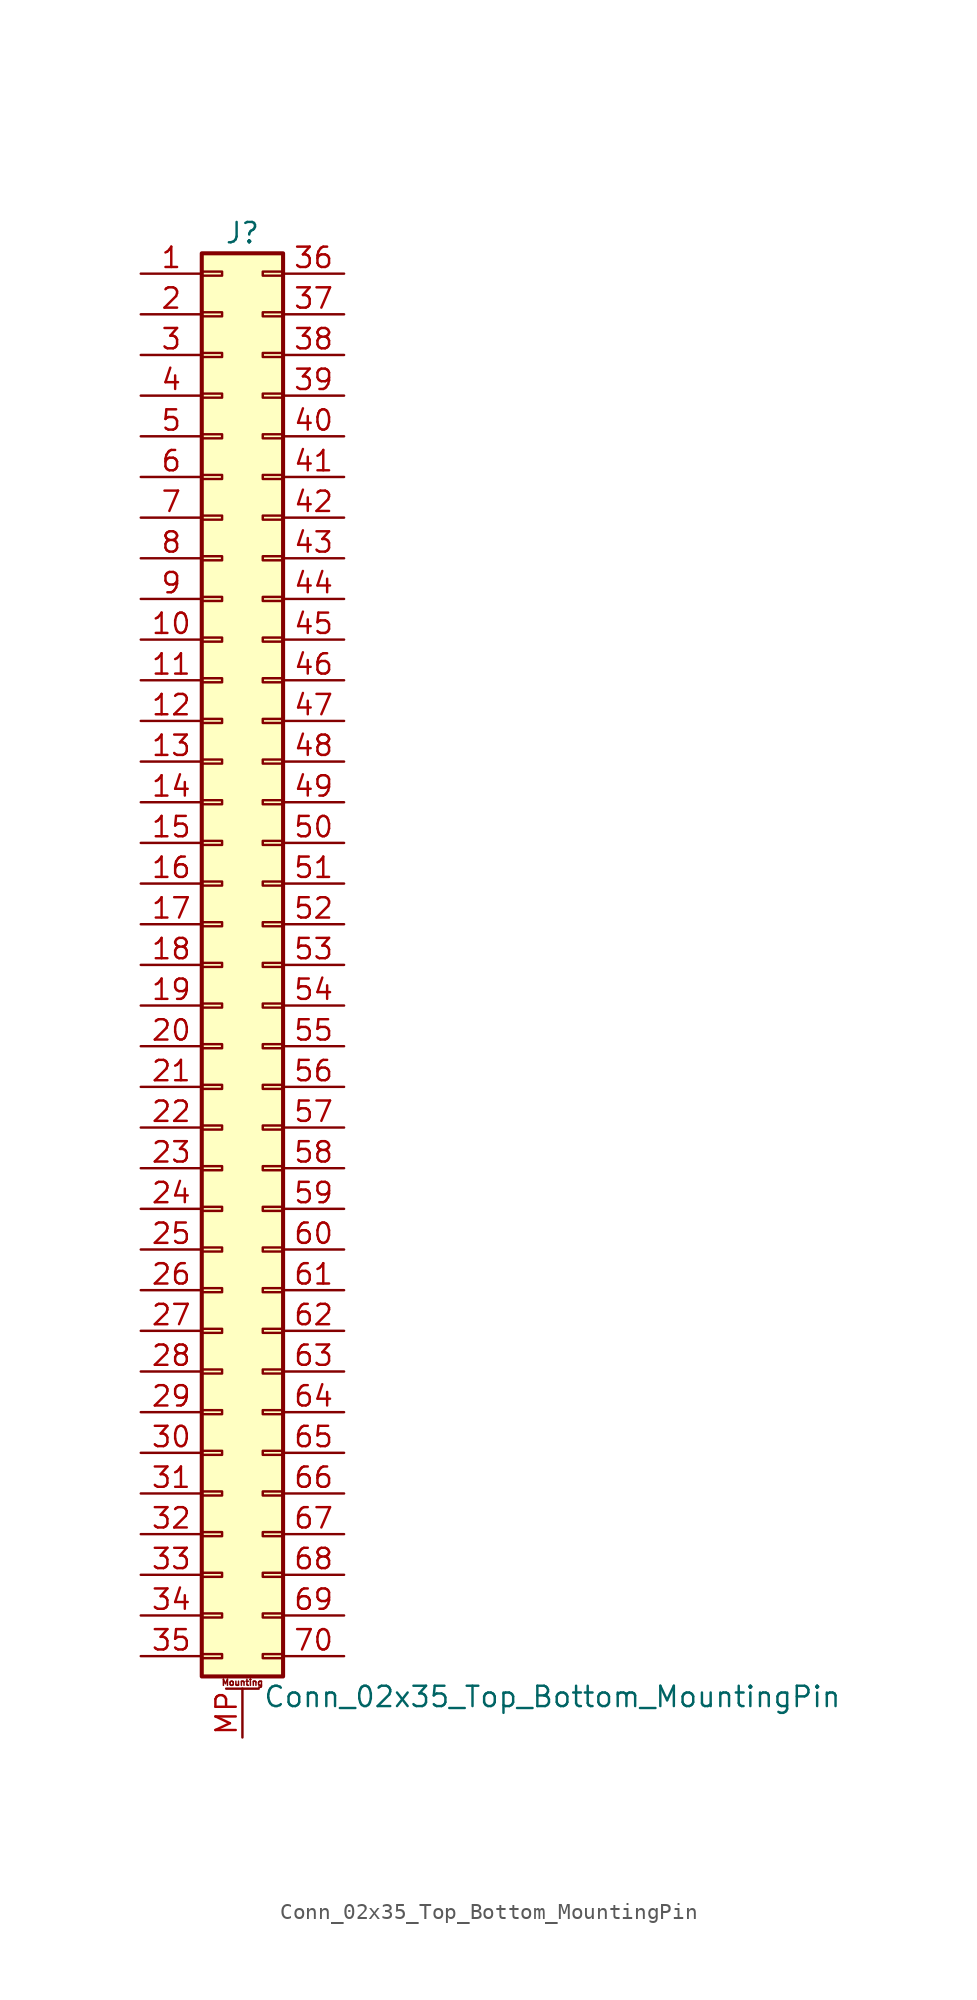
<source format=kicad_sym>
(kicad_symbol_lib
  (version 20201005)
  (generator kicad_symbol_editor)
  (symbol "Connector_Generic_MountingPin:Conn_02x35_Top_Bottom_MountingPin"
    (pin_names
      (offset 1.016) hide)
    (property "Reference" "J"
      (at 1.27 45.72 0)
      (effects (font (size 1.27 1.27))))
    (property "Value" "Conn_02x35_Top_Bottom_MountingPin"
      (at 2.54 -45.72 0)
      (effects (font (size 1.27 1.27)) (justify left)))
    (symbol "Conn_02x35_Top_Bottom_MountingPin_1_1"
      (text "Mounting" (at 1.27 -44.831 0) (effects (font (size 0.381 0.381))))
      (rectangle (start -1.27 -27.813) (end 0 -28.067) (stroke (width 0.152)) (fill (type none)))
      (rectangle (start -1.27 -30.353) (end 0 -30.607) (stroke (width 0.152)) (fill (type none)))
      (rectangle (start -1.27 -32.893) (end 0 -33.147) (stroke (width 0.152)) (fill (type none)))
      (rectangle (start -1.27 -35.433) (end 0 -35.687) (stroke (width 0.152)) (fill (type none)))
      (rectangle (start -1.27 -37.973) (end 0 -38.227) (stroke (width 0.152)) (fill (type none)))
      (rectangle (start -1.27 -40.513) (end 0 -40.767) (stroke (width 0.152)) (fill (type none)))
      (rectangle (start -1.27 -43.053) (end 0 -43.307) (stroke (width 0.152)) (fill (type none)))
      (rectangle (start -1.27 -4.953) (end 0 -5.207) (stroke (width 0.152)) (fill (type none)))
      (rectangle (start -1.27 -7.493) (end 0 -7.747) (stroke (width 0.152)) (fill (type none)))
      (rectangle (start -1.27 -10.033) (end 0 -10.287) (stroke (width 0.152)) (fill (type none)))
      (rectangle (start -1.27 -12.573) (end 0 -12.827) (stroke (width 0.152)) (fill (type none)))
      (rectangle (start -1.27 -15.113) (end 0 -15.367) (stroke (width 0.152)) (fill (type none)))
      (rectangle (start -1.27 -17.653) (end 0 -17.907) (stroke (width 0.152)) (fill (type none)))
      (rectangle (start -1.27 -20.193) (end 0 -20.447) (stroke (width 0.152)) (fill (type none)))
      (rectangle (start -1.27 -22.733) (end 0 -22.987) (stroke (width 0.152)) (fill (type none)))
      (rectangle (start -1.27 -2.413) (end 0 -2.667) (stroke (width 0.152)) (fill (type none)))
      (rectangle (start -1.27 -25.273) (end 0 -25.527) (stroke (width 0.152)) (fill (type none)))
      (rectangle (start -1.27 25.527) (end 0 25.273) (stroke (width 0.152)) (fill (type none)))
      (rectangle (start -1.27 2.667) (end 0 2.413) (stroke (width 0.152)) (fill (type none)))
      (rectangle (start -1.27 28.067) (end 0 27.813) (stroke (width 0.152)) (fill (type none)))
      (rectangle (start -1.27 30.607) (end 0 30.353) (stroke (width 0.152)) (fill (type none)))
      (rectangle (start -1.27 33.147) (end 0 32.893) (stroke (width 0.152)) (fill (type none)))
      (rectangle (start -1.27 35.687) (end 0 35.433) (stroke (width 0.152)) (fill (type none)))
      (rectangle (start -1.27 38.227) (end 0 37.973) (stroke (width 0.152)) (fill (type none)))
      (rectangle (start -1.27 40.767) (end 0 40.513) (stroke (width 0.152)) (fill (type none)))
      (rectangle (start -1.27 43.307) (end 0 43.053) (stroke (width 0.152)) (fill (type none)))
      (rectangle (start -1.27 44.45) (end 3.81 -44.45) (stroke (width 0.254)) (fill (type background)))
      (rectangle (start -1.27 5.207) (end 0 4.953) (stroke (width 0.152)) (fill (type none)))
      (rectangle (start -1.27 7.747) (end 0 7.493) (stroke (width 0.152)) (fill (type none)))
      (rectangle (start -1.27 10.287) (end 0 10.033) (stroke (width 0.152)) (fill (type none)))
      (rectangle (start -1.27 0.127) (end 0 -0.127) (stroke (width 0.152)) (fill (type none)))
      (rectangle (start -1.27 12.827) (end 0 12.573) (stroke (width 0.152)) (fill (type none)))
      (rectangle (start -1.27 15.367) (end 0 15.113) (stroke (width 0.152)) (fill (type none)))
      (rectangle (start -1.27 17.907) (end 0 17.653) (stroke (width 0.152)) (fill (type none)))
      (rectangle (start -1.27 20.447) (end 0 20.193) (stroke (width 0.152)) (fill (type none)))
      (rectangle (start -1.27 22.987) (end 0 22.733) (stroke (width 0.152)) (fill (type none)))
      (rectangle (start 3.81 -27.813) (end 2.54 -28.067) (stroke (width 0.152)) (fill (type none)))
      (rectangle (start 3.81 -30.353) (end 2.54 -30.607) (stroke (width 0.152)) (fill (type none)))
      (rectangle (start 3.81 -32.893) (end 2.54 -33.147) (stroke (width 0.152)) (fill (type none)))
      (rectangle (start 3.81 -35.433) (end 2.54 -35.687) (stroke (width 0.152)) (fill (type none)))
      (rectangle (start 3.81 -37.973) (end 2.54 -38.227) (stroke (width 0.152)) (fill (type none)))
      (rectangle (start 3.81 -40.513) (end 2.54 -40.767) (stroke (width 0.152)) (fill (type none)))
      (rectangle (start 3.81 -43.053) (end 2.54 -43.307) (stroke (width 0.152)) (fill (type none)))
      (rectangle (start 3.81 -4.953) (end 2.54 -5.207) (stroke (width 0.152)) (fill (type none)))
      (rectangle (start 3.81 -7.493) (end 2.54 -7.747) (stroke (width 0.152)) (fill (type none)))
      (rectangle (start 3.81 -10.033) (end 2.54 -10.287) (stroke (width 0.152)) (fill (type none)))
      (rectangle (start 3.81 -12.573) (end 2.54 -12.827) (stroke (width 0.152)) (fill (type none)))
      (rectangle (start 3.81 -15.113) (end 2.54 -15.367) (stroke (width 0.152)) (fill (type none)))
      (rectangle (start 3.81 -17.653) (end 2.54 -17.907) (stroke (width 0.152)) (fill (type none)))
      (rectangle (start 3.81 -20.193) (end 2.54 -20.447) (stroke (width 0.152)) (fill (type none)))
      (rectangle (start 3.81 -22.733) (end 2.54 -22.987) (stroke (width 0.152)) (fill (type none)))
      (rectangle (start 3.81 -2.413) (end 2.54 -2.667) (stroke (width 0.152)) (fill (type none)))
      (rectangle (start 3.81 -25.273) (end 2.54 -25.527) (stroke (width 0.152)) (fill (type none)))
      (rectangle (start 3.81 25.527) (end 2.54 25.273) (stroke (width 0.152)) (fill (type none)))
      (rectangle (start 3.81 2.667) (end 2.54 2.413) (stroke (width 0.152)) (fill (type none)))
      (rectangle (start 3.81 28.067) (end 2.54 27.813) (stroke (width 0.152)) (fill (type none)))
      (rectangle (start 3.81 30.607) (end 2.54 30.353) (stroke (width 0.152)) (fill (type none)))
      (rectangle (start 3.81 33.147) (end 2.54 32.893) (stroke (width 0.152)) (fill (type none)))
      (rectangle (start 3.81 35.687) (end 2.54 35.433) (stroke (width 0.152)) (fill (type none)))
      (rectangle (start 3.81 38.227) (end 2.54 37.973) (stroke (width 0.152)) (fill (type none)))
      (rectangle (start 3.81 40.767) (end 2.54 40.513) (stroke (width 0.152)) (fill (type none)))
      (rectangle (start 3.81 43.307) (end 2.54 43.053) (stroke (width 0.152)) (fill (type none)))
      (rectangle (start 3.81 5.207) (end 2.54 4.953) (stroke (width 0.152)) (fill (type none)))
      (rectangle (start 3.81 7.747) (end 2.54 7.493) (stroke (width 0.152)) (fill (type none)))
      (rectangle (start 3.81 10.287) (end 2.54 10.033) (stroke (width 0.152)) (fill (type none)))
      (rectangle (start 3.81 0.127) (end 2.54 -0.127) (stroke (width 0.152)) (fill (type none)))
      (rectangle (start 3.81 12.827) (end 2.54 12.573) (stroke (width 0.152)) (fill (type none)))
      (rectangle (start 3.81 15.367) (end 2.54 15.113) (stroke (width 0.152)) (fill (type none)))
      (rectangle (start 3.81 17.907) (end 2.54 17.653) (stroke (width 0.152)) (fill (type none)))
      (rectangle (start 3.81 20.447) (end 2.54 20.193) (stroke (width 0.152)) (fill (type none)))
      (rectangle (start 3.81 22.987) (end 2.54 22.733) (stroke (width 0.152)) (fill (type none)))
      (polyline (pts (xy 0.254 -45.212) (xy 2.286 -45.212)) (stroke (width 0.152)) (fill (type none)))
      (pin passive line (at 1.27 -48.26 90) (length 3.048) (name "MountPin" (effects (font (size 1.27 1.27)))) (number "MP" (effects (font (size 1.27 1.27)))))
      (pin passive line (at -5.08 43.18 0) (length 3.81) (name "Pin_1" (effects (font (size 1.27 1.27)))) (number "1" (effects (font (size 1.27 1.27)))))
      (pin passive line (at -5.08 20.32 0) (length 3.81) (name "Pin_10" (effects (font (size 1.27 1.27)))) (number "10" (effects (font (size 1.27 1.27)))))
      (pin passive line (at -5.08 17.78 0) (length 3.81) (name "Pin_11" (effects (font (size 1.27 1.27)))) (number "11" (effects (font (size 1.27 1.27)))))
      (pin passive line (at -5.08 15.24 0) (length 3.81) (name "Pin_12" (effects (font (size 1.27 1.27)))) (number "12" (effects (font (size 1.27 1.27)))))
      (pin passive line (at -5.08 12.7 0) (length 3.81) (name "Pin_13" (effects (font (size 1.27 1.27)))) (number "13" (effects (font (size 1.27 1.27)))))
      (pin passive line (at -5.08 10.16 0) (length 3.81) (name "Pin_14" (effects (font (size 1.27 1.27)))) (number "14" (effects (font (size 1.27 1.27)))))
      (pin passive line (at -5.08 7.62 0) (length 3.81) (name "Pin_15" (effects (font (size 1.27 1.27)))) (number "15" (effects (font (size 1.27 1.27)))))
      (pin passive line (at -5.08 5.08 0) (length 3.81) (name "Pin_16" (effects (font (size 1.27 1.27)))) (number "16" (effects (font (size 1.27 1.27)))))
      (pin passive line (at -5.08 2.54 0) (length 3.81) (name "Pin_17" (effects (font (size 1.27 1.27)))) (number "17" (effects (font (size 1.27 1.27)))))
      (pin passive line (at -5.08 0 0) (length 3.81) (name "Pin_18" (effects (font (size 1.27 1.27)))) (number "18" (effects (font (size 1.27 1.27)))))
      (pin passive line (at -5.08 -2.54 0) (length 3.81) (name "Pin_19" (effects (font (size 1.27 1.27)))) (number "19" (effects (font (size 1.27 1.27)))))
      (pin passive line (at -5.08 40.64 0) (length 3.81) (name "Pin_2" (effects (font (size 1.27 1.27)))) (number "2" (effects (font (size 1.27 1.27)))))
      (pin passive line (at -5.08 -5.08 0) (length 3.81) (name "Pin_20" (effects (font (size 1.27 1.27)))) (number "20" (effects (font (size 1.27 1.27)))))
      (pin passive line (at -5.08 -7.62 0) (length 3.81) (name "Pin_21" (effects (font (size 1.27 1.27)))) (number "21" (effects (font (size 1.27 1.27)))))
      (pin passive line (at -5.08 -10.16 0) (length 3.81) (name "Pin_22" (effects (font (size 1.27 1.27)))) (number "22" (effects (font (size 1.27 1.27)))))
      (pin passive line (at -5.08 -12.7 0) (length 3.81) (name "Pin_23" (effects (font (size 1.27 1.27)))) (number "23" (effects (font (size 1.27 1.27)))))
      (pin passive line (at -5.08 -15.24 0) (length 3.81) (name "Pin_24" (effects (font (size 1.27 1.27)))) (number "24" (effects (font (size 1.27 1.27)))))
      (pin passive line (at -5.08 -17.78 0) (length 3.81) (name "Pin_25" (effects (font (size 1.27 1.27)))) (number "25" (effects (font (size 1.27 1.27)))))
      (pin passive line (at -5.08 -20.32 0) (length 3.81) (name "Pin_26" (effects (font (size 1.27 1.27)))) (number "26" (effects (font (size 1.27 1.27)))))
      (pin passive line (at -5.08 -22.86 0) (length 3.81) (name "Pin_27" (effects (font (size 1.27 1.27)))) (number "27" (effects (font (size 1.27 1.27)))))
      (pin passive line (at -5.08 -25.4 0) (length 3.81) (name "Pin_28" (effects (font (size 1.27 1.27)))) (number "28" (effects (font (size 1.27 1.27)))))
      (pin passive line (at -5.08 -27.94 0) (length 3.81) (name "Pin_29" (effects (font (size 1.27 1.27)))) (number "29" (effects (font (size 1.27 1.27)))))
      (pin passive line (at -5.08 38.1 0) (length 3.81) (name "Pin_3" (effects (font (size 1.27 1.27)))) (number "3" (effects (font (size 1.27 1.27)))))
      (pin passive line (at -5.08 -30.48 0) (length 3.81) (name "Pin_30" (effects (font (size 1.27 1.27)))) (number "30" (effects (font (size 1.27 1.27)))))
      (pin passive line (at -5.08 -33.02 0) (length 3.81) (name "Pin_31" (effects (font (size 1.27 1.27)))) (number "31" (effects (font (size 1.27 1.27)))))
      (pin passive line (at -5.08 -35.56 0) (length 3.81) (name "Pin_32" (effects (font (size 1.27 1.27)))) (number "32" (effects (font (size 1.27 1.27)))))
      (pin passive line (at -5.08 -38.1 0) (length 3.81) (name "Pin_33" (effects (font (size 1.27 1.27)))) (number "33" (effects (font (size 1.27 1.27)))))
      (pin passive line (at -5.08 -40.64 0) (length 3.81) (name "Pin_34" (effects (font (size 1.27 1.27)))) (number "34" (effects (font (size 1.27 1.27)))))
      (pin passive line (at -5.08 -43.18 0) (length 3.81) (name "Pin_35" (effects (font (size 1.27 1.27)))) (number "35" (effects (font (size 1.27 1.27)))))
      (pin passive line (at 7.62 43.18 180) (length 3.81) (name "Pin_36" (effects (font (size 1.27 1.27)))) (number "36" (effects (font (size 1.27 1.27)))))
      (pin passive line (at 7.62 40.64 180) (length 3.81) (name "Pin_37" (effects (font (size 1.27 1.27)))) (number "37" (effects (font (size 1.27 1.27)))))
      (pin passive line (at 7.62 38.1 180) (length 3.81) (name "Pin_38" (effects (font (size 1.27 1.27)))) (number "38" (effects (font (size 1.27 1.27)))))
      (pin passive line (at 7.62 35.56 180) (length 3.81) (name "Pin_39" (effects (font (size 1.27 1.27)))) (number "39" (effects (font (size 1.27 1.27)))))
      (pin passive line (at -5.08 35.56 0) (length 3.81) (name "Pin_4" (effects (font (size 1.27 1.27)))) (number "4" (effects (font (size 1.27 1.27)))))
      (pin passive line (at 7.62 33.02 180) (length 3.81) (name "Pin_40" (effects (font (size 1.27 1.27)))) (number "40" (effects (font (size 1.27 1.27)))))
      (pin passive line (at 7.62 30.48 180) (length 3.81) (name "Pin_41" (effects (font (size 1.27 1.27)))) (number "41" (effects (font (size 1.27 1.27)))))
      (pin passive line (at 7.62 27.94 180) (length 3.81) (name "Pin_42" (effects (font (size 1.27 1.27)))) (number "42" (effects (font (size 1.27 1.27)))))
      (pin passive line (at 7.62 25.4 180) (length 3.81) (name "Pin_43" (effects (font (size 1.27 1.27)))) (number "43" (effects (font (size 1.27 1.27)))))
      (pin passive line (at 7.62 22.86 180) (length 3.81) (name "Pin_44" (effects (font (size 1.27 1.27)))) (number "44" (effects (font (size 1.27 1.27)))))
      (pin passive line (at 7.62 20.32 180) (length 3.81) (name "Pin_45" (effects (font (size 1.27 1.27)))) (number "45" (effects (font (size 1.27 1.27)))))
      (pin passive line (at 7.62 17.78 180) (length 3.81) (name "Pin_46" (effects (font (size 1.27 1.27)))) (number "46" (effects (font (size 1.27 1.27)))))
      (pin passive line (at 7.62 15.24 180) (length 3.81) (name "Pin_47" (effects (font (size 1.27 1.27)))) (number "47" (effects (font (size 1.27 1.27)))))
      (pin passive line (at 7.62 12.7 180) (length 3.81) (name "Pin_48" (effects (font (size 1.27 1.27)))) (number "48" (effects (font (size 1.27 1.27)))))
      (pin passive line (at 7.62 10.16 180) (length 3.81) (name "Pin_49" (effects (font (size 1.27 1.27)))) (number "49" (effects (font (size 1.27 1.27)))))
      (pin passive line (at -5.08 33.02 0) (length 3.81) (name "Pin_5" (effects (font (size 1.27 1.27)))) (number "5" (effects (font (size 1.27 1.27)))))
      (pin passive line (at 7.62 7.62 180) (length 3.81) (name "Pin_50" (effects (font (size 1.27 1.27)))) (number "50" (effects (font (size 1.27 1.27)))))
      (pin passive line (at 7.62 5.08 180) (length 3.81) (name "Pin_51" (effects (font (size 1.27 1.27)))) (number "51" (effects (font (size 1.27 1.27)))))
      (pin passive line (at 7.62 2.54 180) (length 3.81) (name "Pin_52" (effects (font (size 1.27 1.27)))) (number "52" (effects (font (size 1.27 1.27)))))
      (pin passive line (at 7.62 0 180) (length 3.81) (name "Pin_53" (effects (font (size 1.27 1.27)))) (number "53" (effects (font (size 1.27 1.27)))))
      (pin passive line (at 7.62 -2.54 180) (length 3.81) (name "Pin_54" (effects (font (size 1.27 1.27)))) (number "54" (effects (font (size 1.27 1.27)))))
      (pin passive line (at 7.62 -5.08 180) (length 3.81) (name "Pin_55" (effects (font (size 1.27 1.27)))) (number "55" (effects (font (size 1.27 1.27)))))
      (pin passive line (at 7.62 -7.62 180) (length 3.81) (name "Pin_56" (effects (font (size 1.27 1.27)))) (number "56" (effects (font (size 1.27 1.27)))))
      (pin passive line (at 7.62 -10.16 180) (length 3.81) (name "Pin_57" (effects (font (size 1.27 1.27)))) (number "57" (effects (font (size 1.27 1.27)))))
      (pin passive line (at 7.62 -12.7 180) (length 3.81) (name "Pin_58" (effects (font (size 1.27 1.27)))) (number "58" (effects (font (size 1.27 1.27)))))
      (pin passive line (at 7.62 -15.24 180) (length 3.81) (name "Pin_59" (effects (font (size 1.27 1.27)))) (number "59" (effects (font (size 1.27 1.27)))))
      (pin passive line (at -5.08 30.48 0) (length 3.81) (name "Pin_6" (effects (font (size 1.27 1.27)))) (number "6" (effects (font (size 1.27 1.27)))))
      (pin passive line (at 7.62 -17.78 180) (length 3.81) (name "Pin_60" (effects (font (size 1.27 1.27)))) (number "60" (effects (font (size 1.27 1.27)))))
      (pin passive line (at 7.62 -20.32 180) (length 3.81) (name "Pin_61" (effects (font (size 1.27 1.27)))) (number "61" (effects (font (size 1.27 1.27)))))
      (pin passive line (at 7.62 -22.86 180) (length 3.81) (name "Pin_62" (effects (font (size 1.27 1.27)))) (number "62" (effects (font (size 1.27 1.27)))))
      (pin passive line (at 7.62 -25.4 180) (length 3.81) (name "Pin_63" (effects (font (size 1.27 1.27)))) (number "63" (effects (font (size 1.27 1.27)))))
      (pin passive line (at 7.62 -27.94 180) (length 3.81) (name "Pin_64" (effects (font (size 1.27 1.27)))) (number "64" (effects (font (size 1.27 1.27)))))
      (pin passive line (at 7.62 -30.48 180) (length 3.81) (name "Pin_65" (effects (font (size 1.27 1.27)))) (number "65" (effects (font (size 1.27 1.27)))))
      (pin passive line (at 7.62 -33.02 180) (length 3.81) (name "Pin_66" (effects (font (size 1.27 1.27)))) (number "66" (effects (font (size 1.27 1.27)))))
      (pin passive line (at 7.62 -35.56 180) (length 3.81) (name "Pin_67" (effects (font (size 1.27 1.27)))) (number "67" (effects (font (size 1.27 1.27)))))
      (pin passive line (at 7.62 -38.1 180) (length 3.81) (name "Pin_68" (effects (font (size 1.27 1.27)))) (number "68" (effects (font (size 1.27 1.27)))))
      (pin passive line (at 7.62 -40.64 180) (length 3.81) (name "Pin_69" (effects (font (size 1.27 1.27)))) (number "69" (effects (font (size 1.27 1.27)))))
      (pin passive line (at -5.08 27.94 0) (length 3.81) (name "Pin_7" (effects (font (size 1.27 1.27)))) (number "7" (effects (font (size 1.27 1.27)))))
      (pin passive line (at 7.62 -43.18 180) (length 3.81) (name "Pin_70" (effects (font (size 1.27 1.27)))) (number "70" (effects (font (size 1.27 1.27)))))
      (pin passive line (at -5.08 25.4 0) (length 3.81) (name "Pin_8" (effects (font (size 1.27 1.27)))) (number "8" (effects (font (size 1.27 1.27)))))
      (pin passive line (at -5.08 22.86 0) (length 3.81) (name "Pin_9" (effects (font (size 1.27 1.27)))) (number "9" (effects (font (size 1.27 1.27))))))))
</source>
